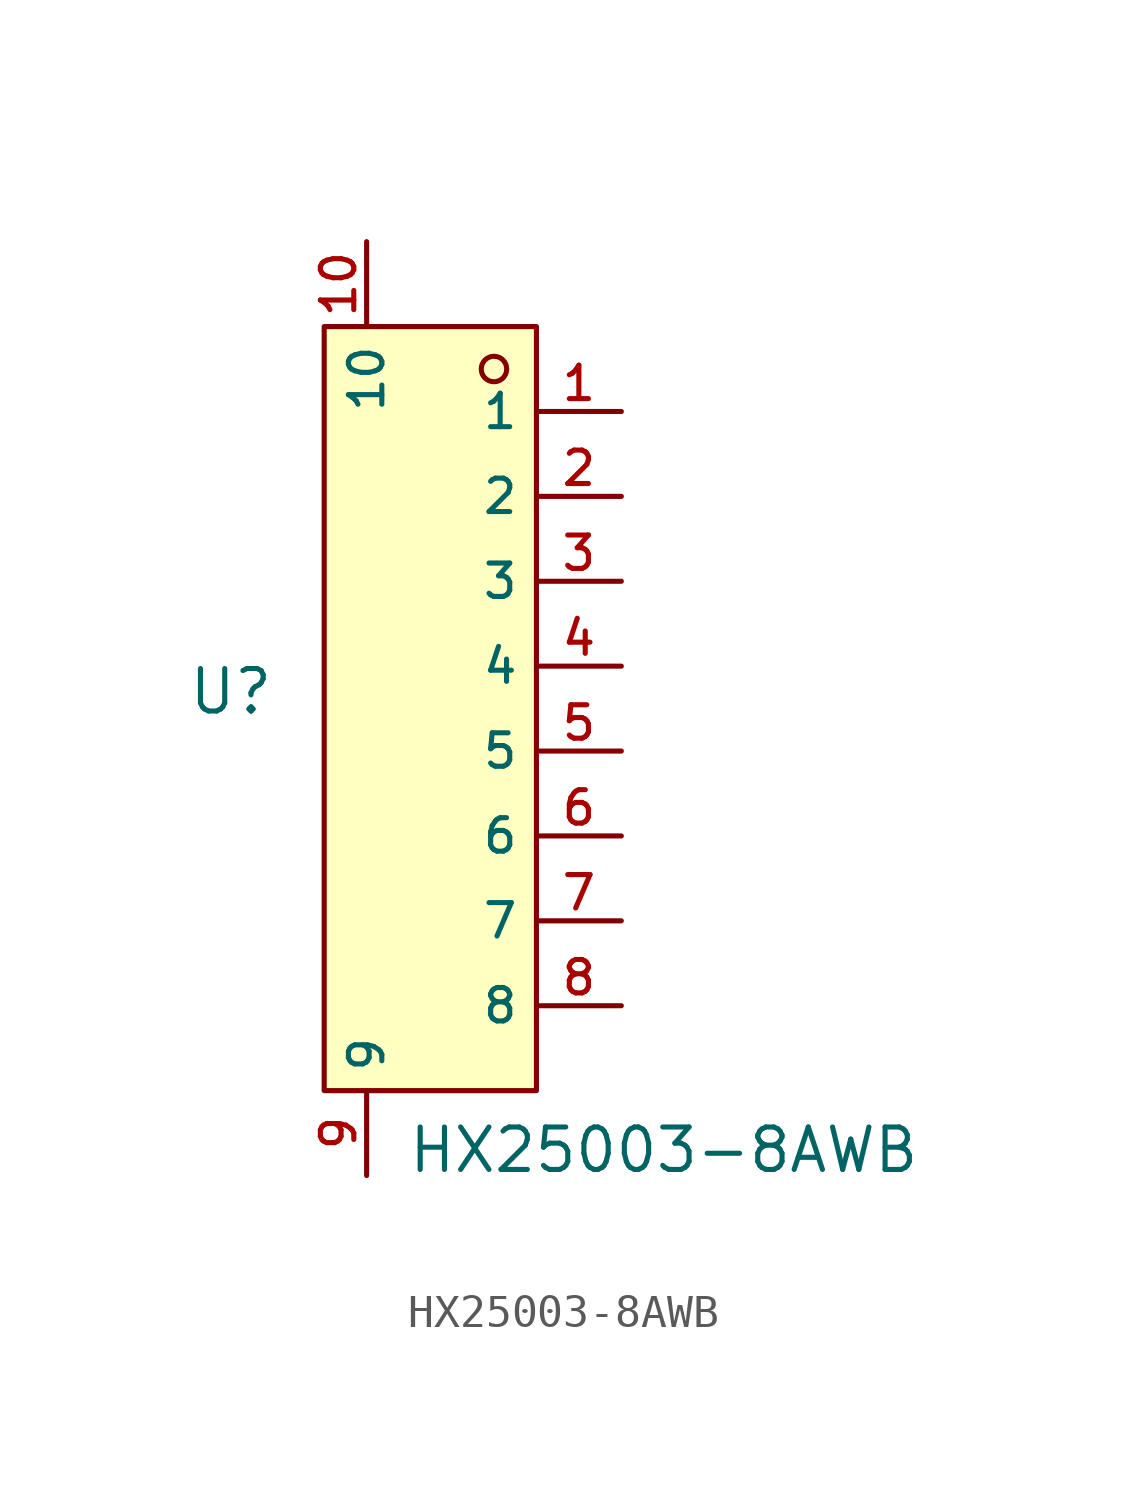
<source format=kicad_sym>
(kicad_symbol_lib
  (version 20231120)
  (generator "kicad_symbol_editor")
  (generator_version "8.0")
  (symbol "HX25003-8AWB"
    (property "Reference" "U"
      (at -6.604 0.508 0)
      (effects (font (size 1.27 1.27))))
    (property "Value" "HX25003-8AWB"
      (at 6.35 -13.208 0)
      (effects (font (size 1.27 1.27))))
    (symbol "HX25003-8AWB_0_1"
      (rectangle (start -3.81 -11.43) (end 2.54 11.43) (stroke (width 0) (type default)) (fill (type background)))
      (circle (center 1.27 10.16) (radius 0.381) (stroke (width 0) (type default)) (fill (type background)))
      (pin unspecified line (at 5.08 8.89 180) (length 2.54) (name "1" (effects (font (size 1 1)))) (number "1" (effects (font (size 1 1)))))
      (pin unspecified line (at -2.54 13.97 270) (length 2.54) (name "10" (effects (font (size 1 1)))) (number "10" (effects (font (size 1 1)))))
      (pin unspecified line (at 5.08 6.35 180) (length 2.54) (name "2" (effects (font (size 1 1)))) (number "2" (effects (font (size 1 1)))))
      (pin unspecified line (at 5.08 3.81 180) (length 2.54) (name "3" (effects (font (size 1 1)))) (number "3" (effects (font (size 1 1)))))
      (pin unspecified line (at 5.08 1.27 180) (length 2.54) (name "4" (effects (font (size 1 1)))) (number "4" (effects (font (size 1 1)))))
      (pin unspecified line (at 5.08 -1.27 180) (length 2.54) (name "5" (effects (font (size 1 1)))) (number "5" (effects (font (size 1 1)))))
      (pin unspecified line (at 5.08 -3.81 180) (length 2.54) (name "6" (effects (font (size 1 1)))) (number "6" (effects (font (size 1 1)))))
      (pin unspecified line (at 5.08 -6.35 180) (length 2.54) (name "7" (effects (font (size 1 1)))) (number "7" (effects (font (size 1 1)))))
      (pin unspecified line (at 5.08 -8.89 180) (length 2.54) (name "8" (effects (font (size 1 1)))) (number "8" (effects (font (size 1 1)))))
      (pin unspecified line (at -2.54 -13.97 90) (length 2.54) (name "9" (effects (font (size 1 1)))) (number "9" (effects (font (size 1 1))))))))
</source>
